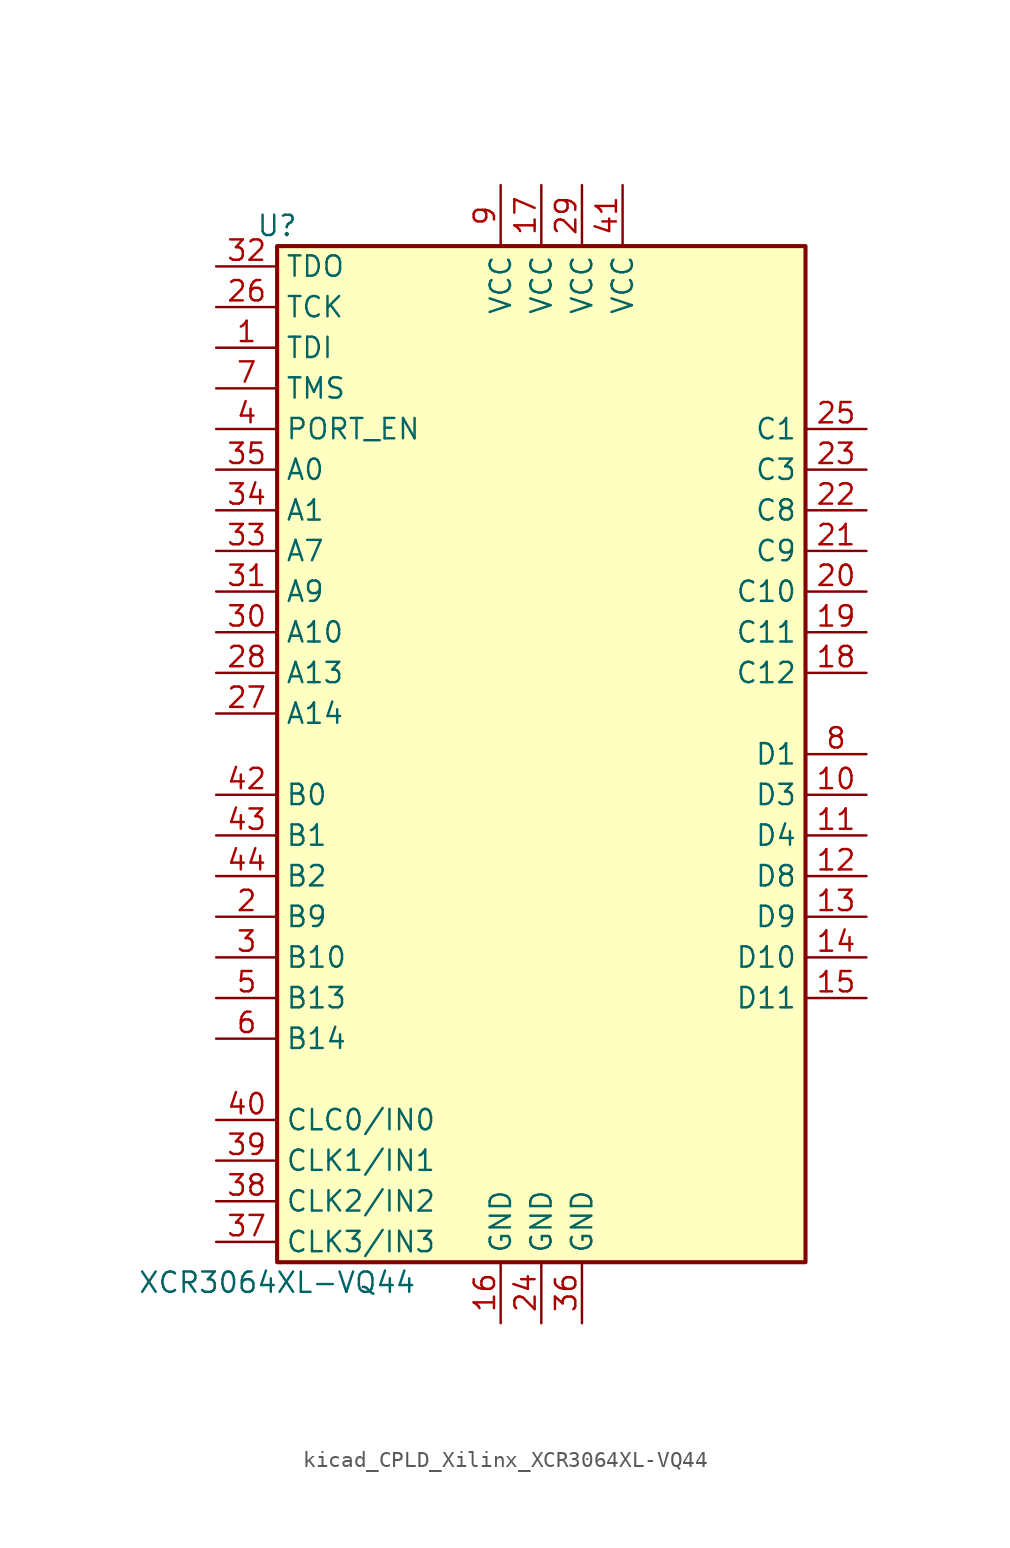
<source format=kicad_sym>
(kicad_symbol_lib
  (version 20220914)
  (generator kicad_symbol_editor)
  (symbol "kicad_CPLD_Xilinx_XCR3064XL-VQ44"
    (property "Reference" "U"
      (at -16.51 33.02 0)
      (effects (font (size 1.27 1.27))))
    (property "Value" "XCR3064XL-VQ44"
      (at -16.51 -33.02 0)
      (effects (font (size 1.27 1.27))))
    (symbol "kicad_CPLD_Xilinx_XCR3064XL-VQ44_1_1"
      (rectangle (start -16.51 31.75) (end 16.51 -31.75) (stroke (width 0.254) (type default)) (fill (type background)))
      (pin passive line (at -20.32 25.4 0) (length 3.81) (name "TDI" (effects (font (size 1.27 1.27)))) (number "1" (effects (font (size 1.27 1.27)))))
      (pin passive line (at 20.32 -2.54 180) (length 3.81) (name "D3" (effects (font (size 1.27 1.27)))) (number "10" (effects (font (size 1.27 1.27)))))
      (pin passive line (at 20.32 -5.08 180) (length 3.81) (name "D4" (effects (font (size 1.27 1.27)))) (number "11" (effects (font (size 1.27 1.27)))))
      (pin passive line (at 20.32 -7.62 180) (length 3.81) (name "D8" (effects (font (size 1.27 1.27)))) (number "12" (effects (font (size 1.27 1.27)))))
      (pin passive line (at 20.32 -10.16 180) (length 3.81) (name "D9" (effects (font (size 1.27 1.27)))) (number "13" (effects (font (size 1.27 1.27)))))
      (pin passive line (at 20.32 -12.7 180) (length 3.81) (name "D10" (effects (font (size 1.27 1.27)))) (number "14" (effects (font (size 1.27 1.27)))))
      (pin passive line (at 20.32 -15.24 180) (length 3.81) (name "D11" (effects (font (size 1.27 1.27)))) (number "15" (effects (font (size 1.27 1.27)))))
      (pin power_in line (at -2.54 -35.56 90) (length 3.81) (name "GND" (effects (font (size 1.27 1.27)))) (number "16" (effects (font (size 1.27 1.27)))))
      (pin power_in line (at 0 35.56 270) (length 3.81) (name "VCC" (effects (font (size 1.27 1.27)))) (number "17" (effects (font (size 1.27 1.27)))))
      (pin passive line (at 20.32 5.08 180) (length 3.81) (name "C12" (effects (font (size 1.27 1.27)))) (number "18" (effects (font (size 1.27 1.27)))))
      (pin passive line (at 20.32 7.62 180) (length 3.81) (name "C11" (effects (font (size 1.27 1.27)))) (number "19" (effects (font (size 1.27 1.27)))))
      (pin passive line (at -20.32 -10.16 0) (length 3.81) (name "B9" (effects (font (size 1.27 1.27)))) (number "2" (effects (font (size 1.27 1.27)))))
      (pin passive line (at 20.32 10.16 180) (length 3.81) (name "C10" (effects (font (size 1.27 1.27)))) (number "20" (effects (font (size 1.27 1.27)))))
      (pin passive line (at 20.32 12.7 180) (length 3.81) (name "C9" (effects (font (size 1.27 1.27)))) (number "21" (effects (font (size 1.27 1.27)))))
      (pin passive line (at 20.32 15.24 180) (length 3.81) (name "C8" (effects (font (size 1.27 1.27)))) (number "22" (effects (font (size 1.27 1.27)))))
      (pin passive line (at 20.32 17.78 180) (length 3.81) (name "C3" (effects (font (size 1.27 1.27)))) (number "23" (effects (font (size 1.27 1.27)))))
      (pin power_in line (at 0 -35.56 90) (length 3.81) (name "GND" (effects (font (size 1.27 1.27)))) (number "24" (effects (font (size 1.27 1.27)))))
      (pin passive line (at 20.32 20.32 180) (length 3.81) (name "C1" (effects (font (size 1.27 1.27)))) (number "25" (effects (font (size 1.27 1.27)))))
      (pin passive line (at -20.32 27.94 0) (length 3.81) (name "TCK" (effects (font (size 1.27 1.27)))) (number "26" (effects (font (size 1.27 1.27)))))
      (pin passive line (at -20.32 2.54 0) (length 3.81) (name "A14" (effects (font (size 1.27 1.27)))) (number "27" (effects (font (size 1.27 1.27)))))
      (pin passive line (at -20.32 5.08 0) (length 3.81) (name "A13" (effects (font (size 1.27 1.27)))) (number "28" (effects (font (size 1.27 1.27)))))
      (pin power_in line (at 2.54 35.56 270) (length 3.81) (name "VCC" (effects (font (size 1.27 1.27)))) (number "29" (effects (font (size 1.27 1.27)))))
      (pin passive line (at -20.32 -12.7 0) (length 3.81) (name "B10" (effects (font (size 1.27 1.27)))) (number "3" (effects (font (size 1.27 1.27)))))
      (pin passive line (at -20.32 7.62 0) (length 3.81) (name "A10" (effects (font (size 1.27 1.27)))) (number "30" (effects (font (size 1.27 1.27)))))
      (pin passive line (at -20.32 10.16 0) (length 3.81) (name "A9" (effects (font (size 1.27 1.27)))) (number "31" (effects (font (size 1.27 1.27)))))
      (pin passive line (at -20.32 30.48 0) (length 3.81) (name "TDO" (effects (font (size 1.27 1.27)))) (number "32" (effects (font (size 1.27 1.27)))))
      (pin passive line (at -20.32 12.7 0) (length 3.81) (name "A7" (effects (font (size 1.27 1.27)))) (number "33" (effects (font (size 1.27 1.27)))))
      (pin passive line (at -20.32 15.24 0) (length 3.81) (name "A1" (effects (font (size 1.27 1.27)))) (number "34" (effects (font (size 1.27 1.27)))))
      (pin passive line (at -20.32 17.78 0) (length 3.81) (name "A0" (effects (font (size 1.27 1.27)))) (number "35" (effects (font (size 1.27 1.27)))))
      (pin power_in line (at 2.54 -35.56 90) (length 3.81) (name "GND" (effects (font (size 1.27 1.27)))) (number "36" (effects (font (size 1.27 1.27)))))
      (pin input line (at -20.32 -30.48 0) (length 3.81) (name "CLK3/IN3" (effects (font (size 1.27 1.27)))) (number "37" (effects (font (size 1.27 1.27)))))
      (pin input line (at -20.32 -27.94 0) (length 3.81) (name "CLK2/IN2" (effects (font (size 1.27 1.27)))) (number "38" (effects (font (size 1.27 1.27)))))
      (pin input line (at -20.32 -25.4 0) (length 3.81) (name "CLK1/IN1" (effects (font (size 1.27 1.27)))) (number "39" (effects (font (size 1.27 1.27)))))
      (pin passive line (at -20.32 20.32 0) (length 3.81) (name "PORT_EN" (effects (font (size 1.27 1.27)))) (number "4" (effects (font (size 1.27 1.27)))))
      (pin input line (at -20.32 -22.86 0) (length 3.81) (name "CLC0/IN0" (effects (font (size 1.27 1.27)))) (number "40" (effects (font (size 1.27 1.27)))))
      (pin power_in line (at 5.08 35.56 270) (length 3.81) (name "VCC" (effects (font (size 1.27 1.27)))) (number "41" (effects (font (size 1.27 1.27)))))
      (pin passive line (at -20.32 -2.54 0) (length 3.81) (name "B0" (effects (font (size 1.27 1.27)))) (number "42" (effects (font (size 1.27 1.27)))))
      (pin passive line (at -20.32 -5.08 0) (length 3.81) (name "B1" (effects (font (size 1.27 1.27)))) (number "43" (effects (font (size 1.27 1.27)))))
      (pin passive line (at -20.32 -7.62 0) (length 3.81) (name "B2" (effects (font (size 1.27 1.27)))) (number "44" (effects (font (size 1.27 1.27)))))
      (pin passive line (at -20.32 -15.24 0) (length 3.81) (name "B13" (effects (font (size 1.27 1.27)))) (number "5" (effects (font (size 1.27 1.27)))))
      (pin passive line (at -20.32 -17.78 0) (length 3.81) (name "B14" (effects (font (size 1.27 1.27)))) (number "6" (effects (font (size 1.27 1.27)))))
      (pin passive line (at -20.32 22.86 0) (length 3.81) (name "TMS" (effects (font (size 1.27 1.27)))) (number "7" (effects (font (size 1.27 1.27)))))
      (pin passive line (at 20.32 0 180) (length 3.81) (name "D1" (effects (font (size 1.27 1.27)))) (number "8" (effects (font (size 1.27 1.27)))))
      (pin power_in line (at -2.54 35.56 270) (length 3.81) (name "VCC" (effects (font (size 1.27 1.27)))) (number "9" (effects (font (size 1.27 1.27))))))))
</source>
